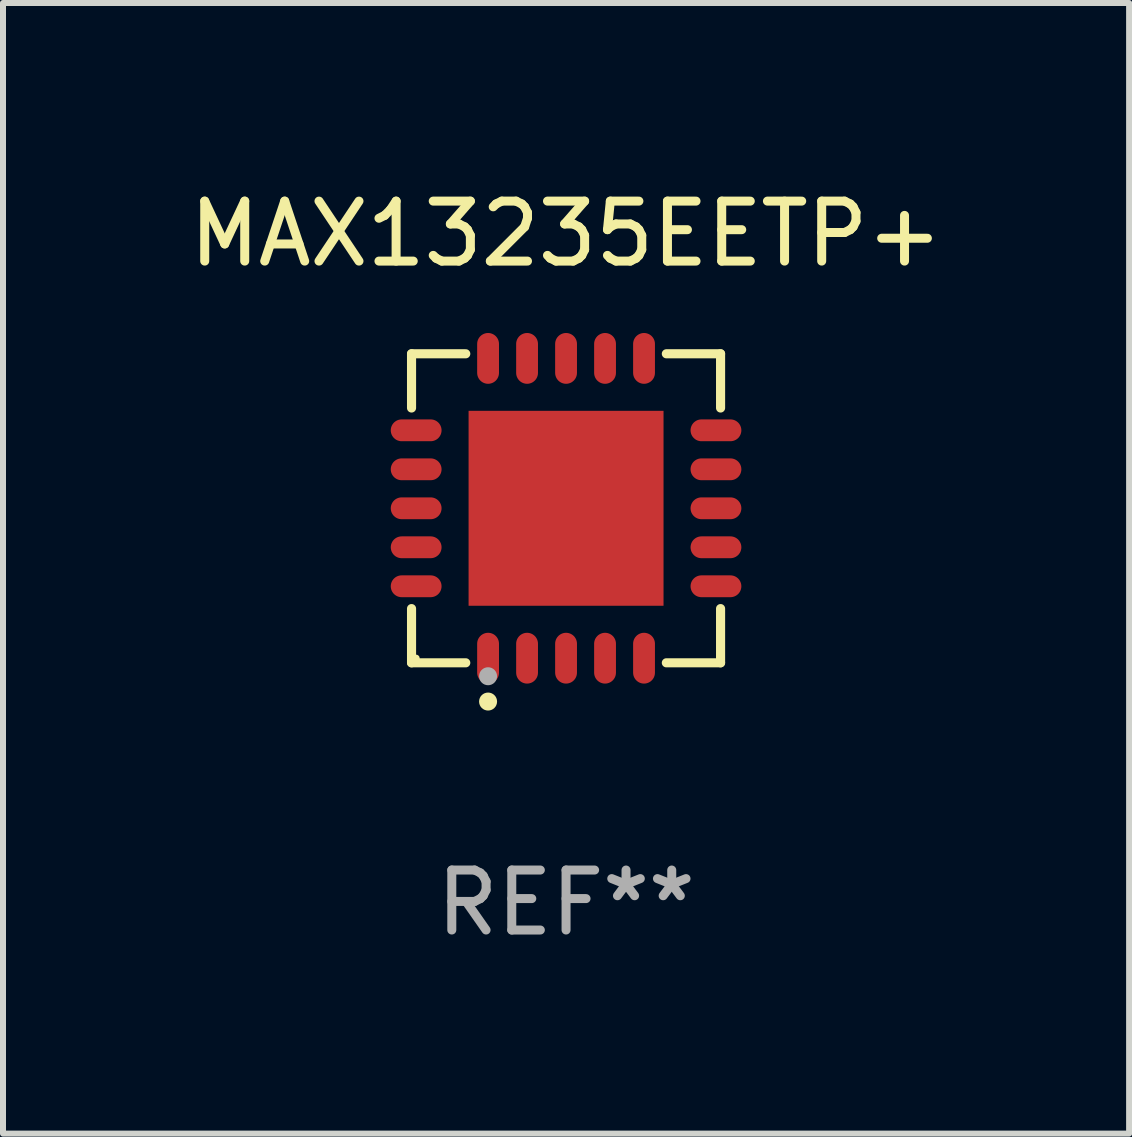
<source format=kicad_pcb>
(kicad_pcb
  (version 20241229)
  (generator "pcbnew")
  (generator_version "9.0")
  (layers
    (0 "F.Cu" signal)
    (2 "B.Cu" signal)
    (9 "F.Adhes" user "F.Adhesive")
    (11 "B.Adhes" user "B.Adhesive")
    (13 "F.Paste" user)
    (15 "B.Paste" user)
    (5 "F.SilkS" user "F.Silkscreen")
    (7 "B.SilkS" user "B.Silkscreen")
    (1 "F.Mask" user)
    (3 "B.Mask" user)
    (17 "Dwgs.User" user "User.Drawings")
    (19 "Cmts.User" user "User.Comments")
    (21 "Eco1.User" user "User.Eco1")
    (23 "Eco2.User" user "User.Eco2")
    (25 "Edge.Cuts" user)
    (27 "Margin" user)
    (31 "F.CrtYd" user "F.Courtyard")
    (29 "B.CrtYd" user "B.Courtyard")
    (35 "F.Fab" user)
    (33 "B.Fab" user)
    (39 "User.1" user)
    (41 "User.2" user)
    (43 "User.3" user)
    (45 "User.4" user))
  (footprint "MAX13235EETP+"
    (layer "F.Cu")
    (at 6.387 5.424)
    (property "Reference" "MAX13235EETP+" (at 0 -4.576 0) (layer "F.SilkS") (effects (font (size 1 1) (thickness 0.15))))
    (attr through_hole)
    (fp_line (start -2.576 -2.576) (end -1.672 -2.576) (stroke (width 0.152) (type solid)) (layer "F.SilkS"))
    (fp_line (start -2.576 -1.672) (end -2.576 -2.576) (stroke (width 0.152) (type solid)) (layer "F.SilkS"))
    (fp_line (start -2.576 1.672) (end -2.576 2.576) (stroke (width 0.152) (type solid)) (layer "F.SilkS"))
    (fp_line (start -2.576 2.576) (end -1.672 2.576) (stroke (width 0.152) (type solid)) (layer "F.SilkS"))
    (fp_line (start 2.576 -2.576) (end 1.672 -2.576) (stroke (width 0.152) (type solid)) (layer "F.SilkS"))
    (fp_line (start 2.576 -1.672) (end 2.576 -2.576) (stroke (width 0.152) (type solid)) (layer "F.SilkS"))
    (fp_line (start 2.576 1.672) (end 2.576 2.576) (stroke (width 0.152) (type solid)) (layer "F.SilkS"))
    (fp_line (start 2.576 2.576) (end 1.672 2.576) (stroke (width 0.152) (type solid)) (layer "F.SilkS"))
    (fp_circle (center -2.5 2.5) (end -2.47 2.5) (stroke (width 0.06) (type solid)) (fill no) (layer "F.SilkS"))
    (fp_circle (center -1.3 3.222) (end -1.225 3.222) (stroke (width 0.15) (type solid)) (fill no) (layer "F.SilkS"))
    (fp_circle (center -1.3 2.8) (end -1.225 2.8) (stroke (width 0.15) (type solid)) (fill no) (layer "F.Fab"))
    (fp_text user "REF**" (at 0 6.576 0) (layer "F.Fab") (effects (font (size 1 1) (thickness 0.15))))
    (pad "1" smd oval (at -1.3 2.499) (size 0.364 0.847) (layers "F.Cu" "F.Mask" "F.Paste"))
    (pad "2" smd oval (at -0.65 2.499) (size 0.364 0.847) (layers "F.Cu" "F.Mask" "F.Paste"))
    (pad "3" smd oval (at 0 2.499) (size 0.364 0.847) (layers "F.Cu" "F.Mask" "F.Paste"))
    (pad "4" smd oval (at 0.65 2.499) (size 0.364 0.847) (layers "F.Cu" "F.Mask" "F.Paste"))
    (pad "5" smd oval (at 1.3 2.499) (size 0.364 0.847) (layers "F.Cu" "F.Mask" "F.Paste"))
    (pad "6" smd oval (at 2.499 1.3) (size 0.847 0.364) (layers "F.Cu" "F.Mask" "F.Paste"))
    (pad "7" smd oval (at 2.499 0.65) (size 0.847 0.364) (layers "F.Cu" "F.Mask" "F.Paste"))
    (pad "8" smd oval (at 2.499 0) (size 0.847 0.364) (layers "F.Cu" "F.Mask" "F.Paste"))
    (pad "9" smd oval (at 2.499 -0.65) (size 0.847 0.364) (layers "F.Cu" "F.Mask" "F.Paste"))
    (pad "10" smd oval (at 2.499 -1.3) (size 0.847 0.364) (layers "F.Cu" "F.Mask" "F.Paste"))
    (pad "11" smd oval (at 1.3 -2.499) (size 0.364 0.847) (layers "F.Cu" "F.Mask" "F.Paste"))
    (pad "12" smd oval (at 0.65 -2.499) (size 0.364 0.847) (layers "F.Cu" "F.Mask" "F.Paste"))
    (pad "13" smd oval (at 0 -2.499) (size 0.364 0.847) (layers "F.Cu" "F.Mask" "F.Paste"))
    (pad "14" smd oval (at -0.65 -2.499) (size 0.364 0.847) (layers "F.Cu" "F.Mask" "F.Paste"))
    (pad "15" smd oval (at -1.3 -2.499) (size 0.364 0.847) (layers "F.Cu" "F.Mask" "F.Paste"))
    (pad "16" smd oval (at -2.499 -1.3) (size 0.847 0.364) (layers "F.Cu" "F.Mask" "F.Paste"))
    (pad "17" smd oval (at -2.499 -0.65) (size 0.847 0.364) (layers "F.Cu" "F.Mask" "F.Paste"))
    (pad "18" smd oval (at -2.499 0) (size 0.847 0.364) (layers "F.Cu" "F.Mask" "F.Paste"))
    (pad "19" smd oval (at -2.499 0.65) (size 0.847 0.364) (layers "F.Cu" "F.Mask" "F.Paste"))
    (pad "20" smd oval (at -2.499 1.3) (size 0.847 0.364) (layers "F.Cu" "F.Mask" "F.Paste"))
    (pad "21" smd rect (at 0 0) (size 3.25 3.25) (layers "F.Cu" "F.Mask" "F.Paste")))
  (gr_rect
    (start -3 -3)
    (end 15.774 15.849)
    (stroke (width 0.1) (type default))
    (fill no)
    (layer "Edge.Cuts")))
</source>
